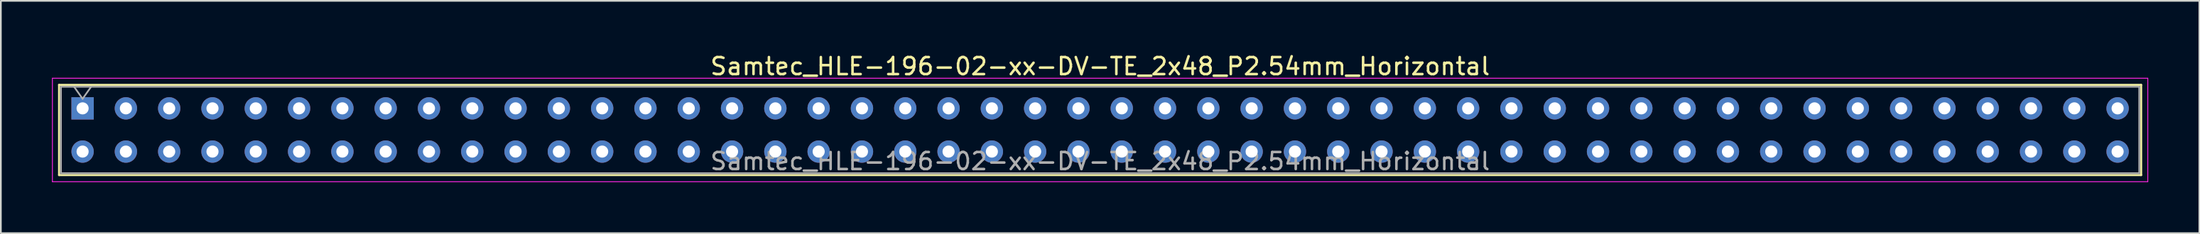
<source format=kicad_pcb>
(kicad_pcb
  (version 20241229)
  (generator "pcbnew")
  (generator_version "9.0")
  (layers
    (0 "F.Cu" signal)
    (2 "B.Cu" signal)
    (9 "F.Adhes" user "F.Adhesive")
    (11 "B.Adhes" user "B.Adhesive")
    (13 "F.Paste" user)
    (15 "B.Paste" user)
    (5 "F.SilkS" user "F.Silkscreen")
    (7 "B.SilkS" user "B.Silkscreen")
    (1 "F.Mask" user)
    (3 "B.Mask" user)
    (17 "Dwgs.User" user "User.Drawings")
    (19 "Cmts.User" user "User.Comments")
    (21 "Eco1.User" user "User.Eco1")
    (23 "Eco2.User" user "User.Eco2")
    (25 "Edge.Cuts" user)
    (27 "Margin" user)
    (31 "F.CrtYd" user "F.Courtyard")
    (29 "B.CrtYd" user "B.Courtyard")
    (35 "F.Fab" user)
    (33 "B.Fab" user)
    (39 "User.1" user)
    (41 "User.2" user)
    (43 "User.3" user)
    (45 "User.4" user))
  (footprint "Samtec_HLE-196-02-xx-DV-TE_2x48_P2.54mm_Horizontal"
    (layer "F.Cu")
    (at 1.795 3.318)
    (property "Reference" "Samtec_HLE-196-02-xx-DV-TE_2x48_P2.54mm_Horizontal" (at 59.69 -2.47 0) (layer "F.SilkS") (effects (font (size 1 1) (thickness 0.15))))
    (attr through_hole)
    (fp_line (start -1.38 -1.38) (end 120.76 -1.38) (stroke (width 0.12) (type solid)) (layer "F.SilkS"))
    (fp_line (start -1.38 3.92) (end -1.38 -1.38) (stroke (width 0.12) (type solid)) (layer "F.SilkS"))
    (fp_line (start 120.76 -1.38) (end 120.76 3.92) (stroke (width 0.12) (type solid)) (layer "F.SilkS"))
    (fp_line (start 120.76 3.92) (end -1.38 3.92) (stroke (width 0.12) (type solid)) (layer "F.SilkS"))
    (fp_line (start -1.77 -1.77) (end 121.15 -1.77) (stroke (width 0.05) (type solid)) (layer "F.CrtYd"))
    (fp_line (start -1.77 4.31) (end -1.77 -1.77) (stroke (width 0.05) (type solid)) (layer "F.CrtYd"))
    (fp_line (start 121.15 -1.77) (end 121.15 4.31) (stroke (width 0.05) (type solid)) (layer "F.CrtYd"))
    (fp_line (start 121.15 4.31) (end -1.77 4.31) (stroke (width 0.05) (type solid)) (layer "F.CrtYd"))
    (fp_line (start -1.27 -1.27) (end 120.65 -1.27) (stroke (width 0.1) (type solid)) (layer "F.Fab"))
    (fp_line (start -1.27 3.81) (end -1.27 -1.27) (stroke (width 0.1) (type solid)) (layer "F.Fab"))
    (fp_line (start -0.5 -1.27) (end 0 -0.563) (stroke (width 0.1) (type solid)) (layer "F.Fab"))
    (fp_line (start 0 -0.563) (end 0.5 -1.27) (stroke (width 0.1) (type solid)) (layer "F.Fab"))
    (fp_line (start 120.65 -1.27) (end 120.65 3.81) (stroke (width 0.1) (type solid)) (layer "F.Fab"))
    (fp_line (start 120.65 3.81) (end -1.27 3.81) (stroke (width 0.1) (type solid)) (layer "F.Fab"))
    (fp_text user "${REFERENCE}" (at 59.69 3.11 0) (layer "F.Fab") (effects (font (size 1 1) (thickness 0.15))))
    (pad "1" thru_hole rect (at 0 0) (size 1.31 1.31) (drill 0.71) (layers "*.Cu" "*.Mask"))
    (pad "2" thru_hole circle (at 0 2.54) (size 1.31 1.31) (drill 0.71) (layers "*.Cu" "*.Mask"))
    (pad "3" thru_hole circle (at 2.54 0) (size 1.31 1.31) (drill 0.71) (layers "*.Cu" "*.Mask"))
    (pad "4" thru_hole circle (at 2.54 2.54) (size 1.31 1.31) (drill 0.71) (layers "*.Cu" "*.Mask"))
    (pad "5" thru_hole circle (at 5.08 0) (size 1.31 1.31) (drill 0.71) (layers "*.Cu" "*.Mask"))
    (pad "6" thru_hole circle (at 5.08 2.54) (size 1.31 1.31) (drill 0.71) (layers "*.Cu" "*.Mask"))
    (pad "7" thru_hole circle (at 7.62 0) (size 1.31 1.31) (drill 0.71) (layers "*.Cu" "*.Mask"))
    (pad "8" thru_hole circle (at 7.62 2.54) (size 1.31 1.31) (drill 0.71) (layers "*.Cu" "*.Mask"))
    (pad "9" thru_hole circle (at 10.16 0) (size 1.31 1.31) (drill 0.71) (layers "*.Cu" "*.Mask"))
    (pad "10" thru_hole circle (at 10.16 2.54) (size 1.31 1.31) (drill 0.71) (layers "*.Cu" "*.Mask"))
    (pad "11" thru_hole circle (at 12.7 0) (size 1.31 1.31) (drill 0.71) (layers "*.Cu" "*.Mask"))
    (pad "12" thru_hole circle (at 12.7 2.54) (size 1.31 1.31) (drill 0.71) (layers "*.Cu" "*.Mask"))
    (pad "13" thru_hole circle (at 15.24 0) (size 1.31 1.31) (drill 0.71) (layers "*.Cu" "*.Mask"))
    (pad "14" thru_hole circle (at 15.24 2.54) (size 1.31 1.31) (drill 0.71) (layers "*.Cu" "*.Mask"))
    (pad "15" thru_hole circle (at 17.78 0) (size 1.31 1.31) (drill 0.71) (layers "*.Cu" "*.Mask"))
    (pad "16" thru_hole circle (at 17.78 2.54) (size 1.31 1.31) (drill 0.71) (layers "*.Cu" "*.Mask"))
    (pad "17" thru_hole circle (at 20.32 0) (size 1.31 1.31) (drill 0.71) (layers "*.Cu" "*.Mask"))
    (pad "18" thru_hole circle (at 20.32 2.54) (size 1.31 1.31) (drill 0.71) (layers "*.Cu" "*.Mask"))
    (pad "19" thru_hole circle (at 22.86 0) (size 1.31 1.31) (drill 0.71) (layers "*.Cu" "*.Mask"))
    (pad "20" thru_hole circle (at 22.86 2.54) (size 1.31 1.31) (drill 0.71) (layers "*.Cu" "*.Mask"))
    (pad "21" thru_hole circle (at 25.4 0) (size 1.31 1.31) (drill 0.71) (layers "*.Cu" "*.Mask"))
    (pad "22" thru_hole circle (at 25.4 2.54) (size 1.31 1.31) (drill 0.71) (layers "*.Cu" "*.Mask"))
    (pad "23" thru_hole circle (at 27.94 0) (size 1.31 1.31) (drill 0.71) (layers "*.Cu" "*.Mask"))
    (pad "24" thru_hole circle (at 27.94 2.54) (size 1.31 1.31) (drill 0.71) (layers "*.Cu" "*.Mask"))
    (pad "25" thru_hole circle (at 30.48 0) (size 1.31 1.31) (drill 0.71) (layers "*.Cu" "*.Mask"))
    (pad "26" thru_hole circle (at 30.48 2.54) (size 1.31 1.31) (drill 0.71) (layers "*.Cu" "*.Mask"))
    (pad "27" thru_hole circle (at 33.02 0) (size 1.31 1.31) (drill 0.71) (layers "*.Cu" "*.Mask"))
    (pad "28" thru_hole circle (at 33.02 2.54) (size 1.31 1.31) (drill 0.71) (layers "*.Cu" "*.Mask"))
    (pad "29" thru_hole circle (at 35.56 0) (size 1.31 1.31) (drill 0.71) (layers "*.Cu" "*.Mask"))
    (pad "30" thru_hole circle (at 35.56 2.54) (size 1.31 1.31) (drill 0.71) (layers "*.Cu" "*.Mask"))
    (pad "31" thru_hole circle (at 38.1 0) (size 1.31 1.31) (drill 0.71) (layers "*.Cu" "*.Mask"))
    (pad "32" thru_hole circle (at 38.1 2.54) (size 1.31 1.31) (drill 0.71) (layers "*.Cu" "*.Mask"))
    (pad "33" thru_hole circle (at 40.64 0) (size 1.31 1.31) (drill 0.71) (layers "*.Cu" "*.Mask"))
    (pad "34" thru_hole circle (at 40.64 2.54) (size 1.31 1.31) (drill 0.71) (layers "*.Cu" "*.Mask"))
    (pad "35" thru_hole circle (at 43.18 0) (size 1.31 1.31) (drill 0.71) (layers "*.Cu" "*.Mask"))
    (pad "36" thru_hole circle (at 43.18 2.54) (size 1.31 1.31) (drill 0.71) (layers "*.Cu" "*.Mask"))
    (pad "37" thru_hole circle (at 45.72 0) (size 1.31 1.31) (drill 0.71) (layers "*.Cu" "*.Mask"))
    (pad "38" thru_hole circle (at 45.72 2.54) (size 1.31 1.31) (drill 0.71) (layers "*.Cu" "*.Mask"))
    (pad "39" thru_hole circle (at 48.26 0) (size 1.31 1.31) (drill 0.71) (layers "*.Cu" "*.Mask"))
    (pad "40" thru_hole circle (at 48.26 2.54) (size 1.31 1.31) (drill 0.71) (layers "*.Cu" "*.Mask"))
    (pad "41" thru_hole circle (at 50.8 0) (size 1.31 1.31) (drill 0.71) (layers "*.Cu" "*.Mask"))
    (pad "42" thru_hole circle (at 50.8 2.54) (size 1.31 1.31) (drill 0.71) (layers "*.Cu" "*.Mask"))
    (pad "43" thru_hole circle (at 53.34 0) (size 1.31 1.31) (drill 0.71) (layers "*.Cu" "*.Mask"))
    (pad "44" thru_hole circle (at 53.34 2.54) (size 1.31 1.31) (drill 0.71) (layers "*.Cu" "*.Mask"))
    (pad "45" thru_hole circle (at 55.88 0) (size 1.31 1.31) (drill 0.71) (layers "*.Cu" "*.Mask"))
    (pad "46" thru_hole circle (at 55.88 2.54) (size 1.31 1.31) (drill 0.71) (layers "*.Cu" "*.Mask"))
    (pad "47" thru_hole circle (at 58.42 0) (size 1.31 1.31) (drill 0.71) (layers "*.Cu" "*.Mask"))
    (pad "48" thru_hole circle (at 58.42 2.54) (size 1.31 1.31) (drill 0.71) (layers "*.Cu" "*.Mask"))
    (pad "49" thru_hole circle (at 60.96 0) (size 1.31 1.31) (drill 0.71) (layers "*.Cu" "*.Mask"))
    (pad "50" thru_hole circle (at 60.96 2.54) (size 1.31 1.31) (drill 0.71) (layers "*.Cu" "*.Mask"))
    (pad "51" thru_hole circle (at 63.5 0) (size 1.31 1.31) (drill 0.71) (layers "*.Cu" "*.Mask"))
    (pad "52" thru_hole circle (at 63.5 2.54) (size 1.31 1.31) (drill 0.71) (layers "*.Cu" "*.Mask"))
    (pad "53" thru_hole circle (at 66.04 0) (size 1.31 1.31) (drill 0.71) (layers "*.Cu" "*.Mask"))
    (pad "54" thru_hole circle (at 66.04 2.54) (size 1.31 1.31) (drill 0.71) (layers "*.Cu" "*.Mask"))
    (pad "55" thru_hole circle (at 68.58 0) (size 1.31 1.31) (drill 0.71) (layers "*.Cu" "*.Mask"))
    (pad "56" thru_hole circle (at 68.58 2.54) (size 1.31 1.31) (drill 0.71) (layers "*.Cu" "*.Mask"))
    (pad "57" thru_hole circle (at 71.12 0) (size 1.31 1.31) (drill 0.71) (layers "*.Cu" "*.Mask"))
    (pad "58" thru_hole circle (at 71.12 2.54) (size 1.31 1.31) (drill 0.71) (layers "*.Cu" "*.Mask"))
    (pad "59" thru_hole circle (at 73.66 0) (size 1.31 1.31) (drill 0.71) (layers "*.Cu" "*.Mask"))
    (pad "60" thru_hole circle (at 73.66 2.54) (size 1.31 1.31) (drill 0.71) (layers "*.Cu" "*.Mask"))
    (pad "61" thru_hole circle (at 76.2 0) (size 1.31 1.31) (drill 0.71) (layers "*.Cu" "*.Mask"))
    (pad "62" thru_hole circle (at 76.2 2.54) (size 1.31 1.31) (drill 0.71) (layers "*.Cu" "*.Mask"))
    (pad "63" thru_hole circle (at 78.74 0) (size 1.31 1.31) (drill 0.71) (layers "*.Cu" "*.Mask"))
    (pad "64" thru_hole circle (at 78.74 2.54) (size 1.31 1.31) (drill 0.71) (layers "*.Cu" "*.Mask"))
    (pad "65" thru_hole circle (at 81.28 0) (size 1.31 1.31) (drill 0.71) (layers "*.Cu" "*.Mask"))
    (pad "66" thru_hole circle (at 81.28 2.54) (size 1.31 1.31) (drill 0.71) (layers "*.Cu" "*.Mask"))
    (pad "67" thru_hole circle (at 83.82 0) (size 1.31 1.31) (drill 0.71) (layers "*.Cu" "*.Mask"))
    (pad "68" thru_hole circle (at 83.82 2.54) (size 1.31 1.31) (drill 0.71) (layers "*.Cu" "*.Mask"))
    (pad "69" thru_hole circle (at 86.36 0) (size 1.31 1.31) (drill 0.71) (layers "*.Cu" "*.Mask"))
    (pad "70" thru_hole circle (at 86.36 2.54) (size 1.31 1.31) (drill 0.71) (layers "*.Cu" "*.Mask"))
    (pad "71" thru_hole circle (at 88.9 0) (size 1.31 1.31) (drill 0.71) (layers "*.Cu" "*.Mask"))
    (pad "72" thru_hole circle (at 88.9 2.54) (size 1.31 1.31) (drill 0.71) (layers "*.Cu" "*.Mask"))
    (pad "73" thru_hole circle (at 91.44 0) (size 1.31 1.31) (drill 0.71) (layers "*.Cu" "*.Mask"))
    (pad "74" thru_hole circle (at 91.44 2.54) (size 1.31 1.31) (drill 0.71) (layers "*.Cu" "*.Mask"))
    (pad "75" thru_hole circle (at 93.98 0) (size 1.31 1.31) (drill 0.71) (layers "*.Cu" "*.Mask"))
    (pad "76" thru_hole circle (at 93.98 2.54) (size 1.31 1.31) (drill 0.71) (layers "*.Cu" "*.Mask"))
    (pad "77" thru_hole circle (at 96.52 0) (size 1.31 1.31) (drill 0.71) (layers "*.Cu" "*.Mask"))
    (pad "78" thru_hole circle (at 96.52 2.54) (size 1.31 1.31) (drill 0.71) (layers "*.Cu" "*.Mask"))
    (pad "79" thru_hole circle (at 99.06 0) (size 1.31 1.31) (drill 0.71) (layers "*.Cu" "*.Mask"))
    (pad "80" thru_hole circle (at 99.06 2.54) (size 1.31 1.31) (drill 0.71) (layers "*.Cu" "*.Mask"))
    (pad "81" thru_hole circle (at 101.6 0) (size 1.31 1.31) (drill 0.71) (layers "*.Cu" "*.Mask"))
    (pad "82" thru_hole circle (at 101.6 2.54) (size 1.31 1.31) (drill 0.71) (layers "*.Cu" "*.Mask"))
    (pad "83" thru_hole circle (at 104.14 0) (size 1.31 1.31) (drill 0.71) (layers "*.Cu" "*.Mask"))
    (pad "84" thru_hole circle (at 104.14 2.54) (size 1.31 1.31) (drill 0.71) (layers "*.Cu" "*.Mask"))
    (pad "85" thru_hole circle (at 106.68 0) (size 1.31 1.31) (drill 0.71) (layers "*.Cu" "*.Mask"))
    (pad "86" thru_hole circle (at 106.68 2.54) (size 1.31 1.31) (drill 0.71) (layers "*.Cu" "*.Mask"))
    (pad "87" thru_hole circle (at 109.22 0) (size 1.31 1.31) (drill 0.71) (layers "*.Cu" "*.Mask"))
    (pad "88" thru_hole circle (at 109.22 2.54) (size 1.31 1.31) (drill 0.71) (layers "*.Cu" "*.Mask"))
    (pad "89" thru_hole circle (at 111.76 0) (size 1.31 1.31) (drill 0.71) (layers "*.Cu" "*.Mask"))
    (pad "90" thru_hole circle (at 111.76 2.54) (size 1.31 1.31) (drill 0.71) (layers "*.Cu" "*.Mask"))
    (pad "91" thru_hole circle (at 114.3 0) (size 1.31 1.31) (drill 0.71) (layers "*.Cu" "*.Mask"))
    (pad "92" thru_hole circle (at 114.3 2.54) (size 1.31 1.31) (drill 0.71) (layers "*.Cu" "*.Mask"))
    (pad "93" thru_hole circle (at 116.84 0) (size 1.31 1.31) (drill 0.71) (layers "*.Cu" "*.Mask"))
    (pad "94" thru_hole circle (at 116.84 2.54) (size 1.31 1.31) (drill 0.71) (layers "*.Cu" "*.Mask"))
    (pad "95" thru_hole circle (at 119.38 0) (size 1.31 1.31) (drill 0.71) (layers "*.Cu" "*.Mask"))
    (pad "96" thru_hole circle (at 119.38 2.54) (size 1.31 1.31) (drill 0.71) (layers "*.Cu" "*.Mask")))
  (gr_rect
    (start -3 -3)
    (end 125.97 10.653)
    (stroke (width 0.1) (type default))
    (fill no)
    (layer "Edge.Cuts")))
</source>
